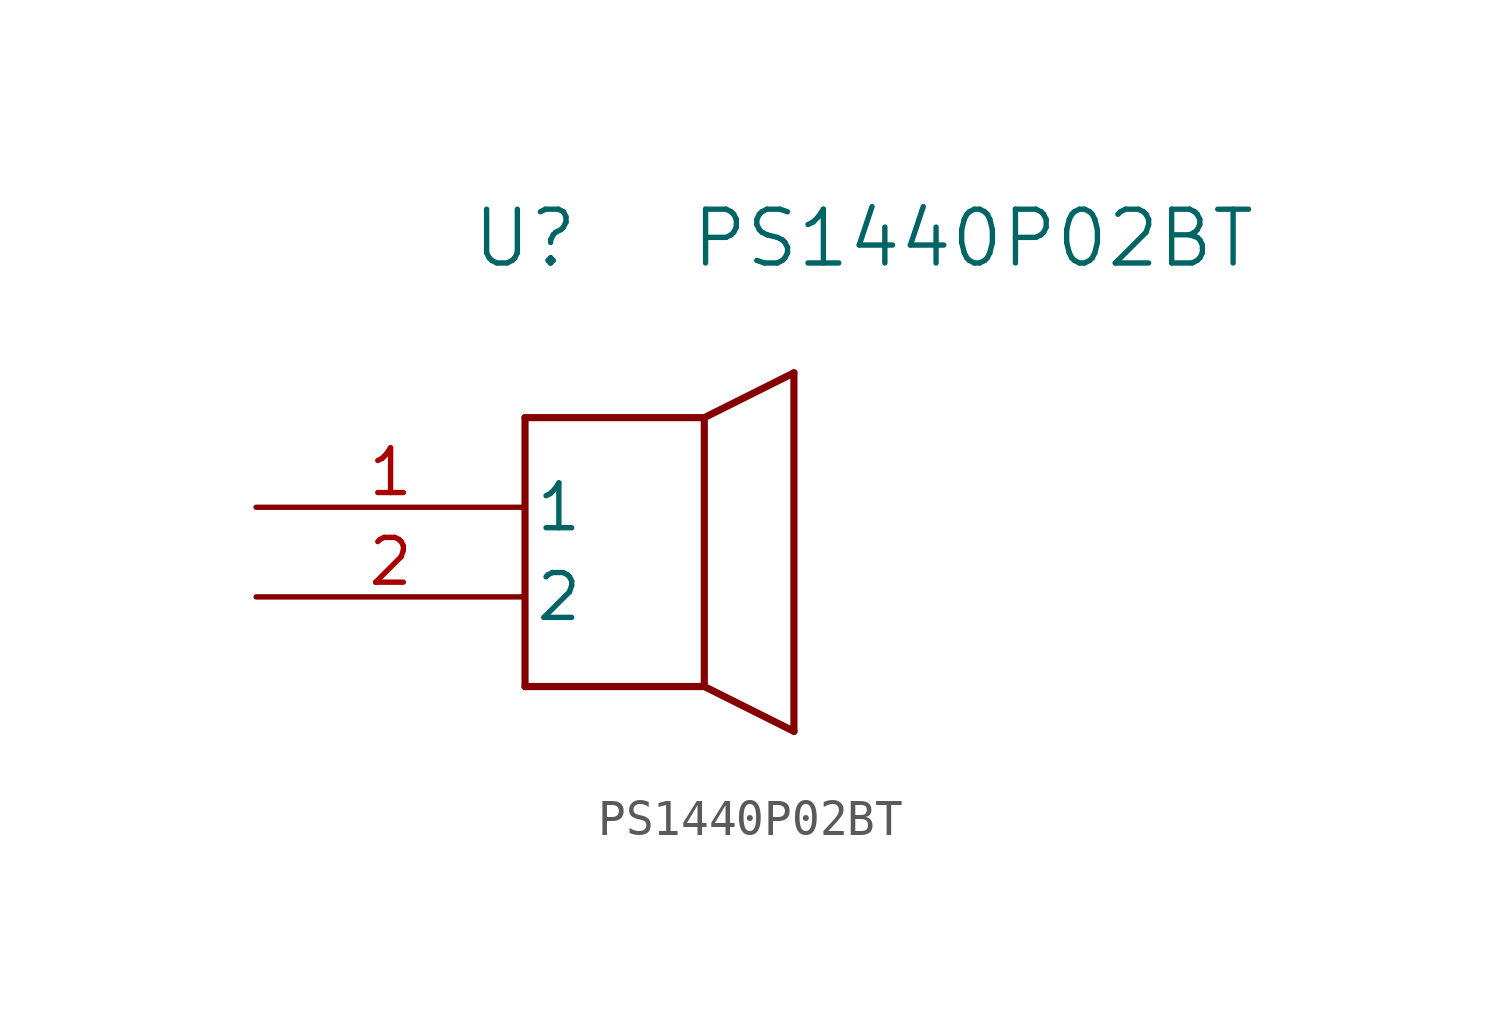
<source format=kicad_sym>
(kicad_symbol_lib
  (version 20211014)
  (generator kicad_symbol_editor)
  (symbol "PS1440P02BT"
    (pin_names
      (offset 0.254))
    (property "Reference" "U"
      (at 7.62 7.62 0)
      (effects (font (size 1.524 1.524))))
    (property "Value" "PS1440P02BT"
      (at 20.32 7.62 0)
      (effects (font (size 1.524 1.524))))
    (symbol "PS1440P02BT_0_1"
      (polyline (pts (xy 7.62 2.54) (xy 7.62 -5.08)) (stroke (width 0.203) (type default) (color 0 0 0 0)) (fill (type none)))
      (polyline (pts (xy 7.62 -5.08) (xy 12.7 -5.08)) (stroke (width 0.203) (type default) (color 0 0 0 0)) (fill (type none)))
      (polyline (pts (xy 12.7 -5.08) (xy 12.7 2.54)) (stroke (width 0.203) (type default) (color 0 0 0 0)) (fill (type none)))
      (polyline (pts (xy 12.7 2.54) (xy 7.62 2.54)) (stroke (width 0.203) (type default) (color 0 0 0 0)) (fill (type none)))
      (polyline (pts (xy 12.7 2.54) (xy 15.24 3.81)) (stroke (width 0.203) (type default) (color 0 0 0 0)) (fill (type none)))
      (polyline (pts (xy 15.24 3.81) (xy 15.24 -6.35)) (stroke (width 0.203) (type default) (color 0 0 0 0)) (fill (type none)))
      (polyline (pts (xy 15.24 -6.35) (xy 12.7 -5.08)) (stroke (width 0.203) (type default) (color 0 0 0 0)) (fill (type none)))
      (pin unspecified line (at 0 0 0) (length 7.62) (name "1" (effects (font (size 1.27 1.27)))) (number "1" (effects (font (size 1.27 1.27)))))
      (pin unspecified line (at 0 -2.54 0) (length 7.62) (name "2" (effects (font (size 1.27 1.27)))) (number "2" (effects (font (size 1.27 1.27))))))))
</source>
